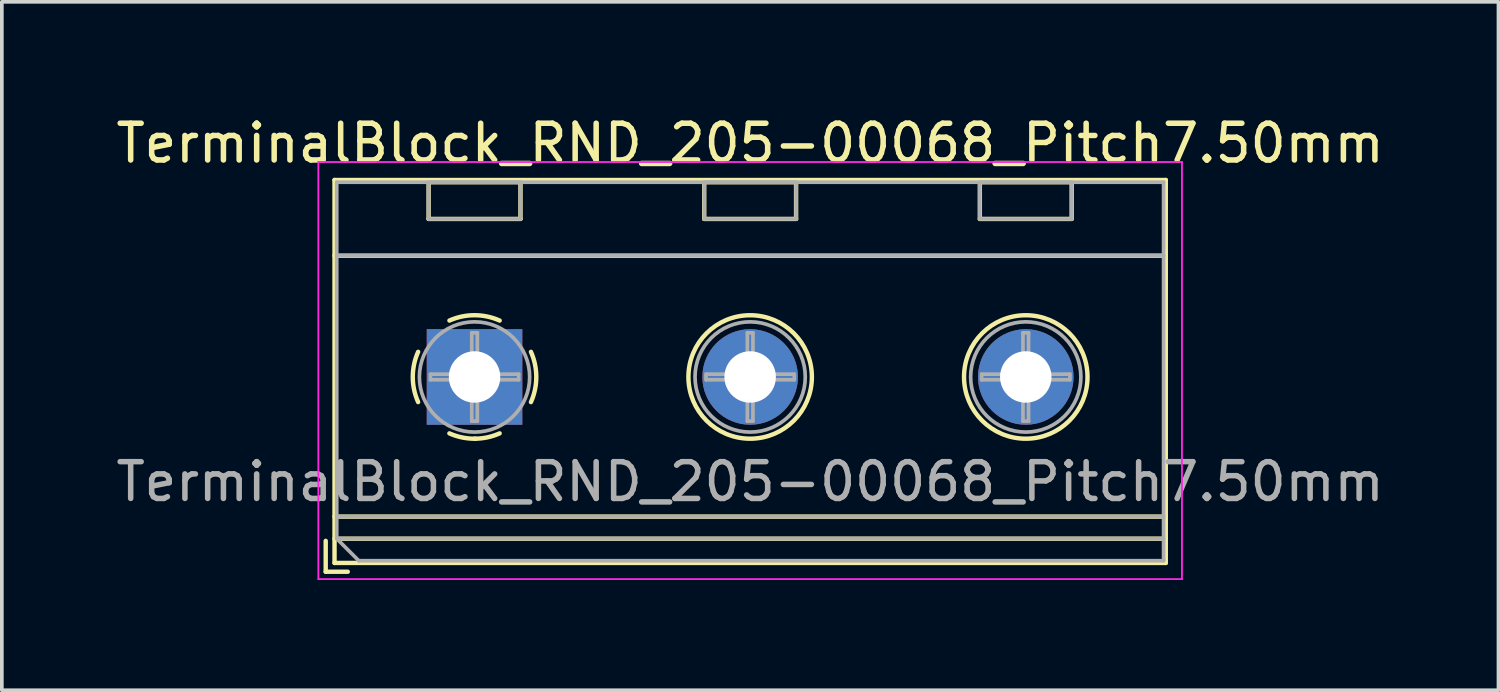
<source format=kicad_pcb>
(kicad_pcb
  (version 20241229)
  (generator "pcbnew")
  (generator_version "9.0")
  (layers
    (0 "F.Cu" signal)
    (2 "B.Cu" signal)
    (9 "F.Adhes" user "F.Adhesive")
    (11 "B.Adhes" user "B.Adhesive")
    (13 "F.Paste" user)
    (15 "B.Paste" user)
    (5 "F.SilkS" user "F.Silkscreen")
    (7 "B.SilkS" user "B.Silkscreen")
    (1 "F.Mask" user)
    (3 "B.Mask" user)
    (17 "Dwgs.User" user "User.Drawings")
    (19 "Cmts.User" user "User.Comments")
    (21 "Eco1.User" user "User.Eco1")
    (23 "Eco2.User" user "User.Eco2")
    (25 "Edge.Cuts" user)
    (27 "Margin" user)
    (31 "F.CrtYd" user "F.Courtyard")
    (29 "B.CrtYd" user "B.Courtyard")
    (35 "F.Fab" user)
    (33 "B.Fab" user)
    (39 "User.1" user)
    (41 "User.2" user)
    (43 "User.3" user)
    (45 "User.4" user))
  (footprint "TerminalBlock_RND_205-00068_Pitch7.50mm"
    (layer "F.Cu")
    (at 9.863 7.208)
    (property "Reference" "TerminalBlock_RND_205-00068_Pitch7.50mm" (at 7.5 -6.36 0) (layer "F.SilkS") (effects (font (size 1 1) (thickness 0.15))))
    (attr through_hole)
    (fp_line (start -4.05 4.46) (end -4.05 5.3) (stroke (width 0.12) (type solid)) (layer "F.SilkS"))
    (fp_line (start -4.05 5.3) (end -3.45 5.3) (stroke (width 0.12) (type solid)) (layer "F.SilkS"))
    (fp_line (start -3.81 -5.36) (end -3.81 5.06) (stroke (width 0.12) (type solid)) (layer "F.SilkS"))
    (fp_line (start -3.81 -3.3) (end 18.81 -3.3) (stroke (width 0.12) (type solid)) (layer "F.SilkS"))
    (fp_line (start -3.81 3.8) (end 18.81 3.8) (stroke (width 0.12) (type solid)) (layer "F.SilkS"))
    (fp_line (start -3.81 4.4) (end 18.81 4.4) (stroke (width 0.12) (type solid)) (layer "F.SilkS"))
    (fp_line (start -3.81 5.06) (end 18.81 5.06) (stroke (width 0.12) (type solid)) (layer "F.SilkS"))
    (fp_line (start -1.25 -5.301) (end -1.25 -4.301) (stroke (width 0.12) (type solid)) (layer "F.SilkS"))
    (fp_line (start -1.25 -5.301) (end 1.25 -5.301) (stroke (width 0.12) (type solid)) (layer "F.SilkS"))
    (fp_line (start -1.25 -4.301) (end 1.25 -4.301) (stroke (width 0.12) (type solid)) (layer "F.SilkS"))
    (fp_line (start 1.25 -5.301) (end 1.25 -4.301) (stroke (width 0.12) (type solid)) (layer "F.SilkS"))
    (fp_line (start 6.25 -5.301) (end 6.25 -4.301) (stroke (width 0.12) (type solid)) (layer "F.SilkS"))
    (fp_line (start 6.25 -5.301) (end 8.75 -5.301) (stroke (width 0.12) (type solid)) (layer "F.SilkS"))
    (fp_line (start 6.25 -4.301) (end 8.75 -4.301) (stroke (width 0.12) (type solid)) (layer "F.SilkS"))
    (fp_line (start 8.75 -5.301) (end 8.75 -4.301) (stroke (width 0.12) (type solid)) (layer "F.SilkS"))
    (fp_line (start 13.75 -5.301) (end 13.75 -4.301) (stroke (width 0.12) (type solid)) (layer "F.SilkS"))
    (fp_line (start 13.75 -5.301) (end 16.25 -5.301) (stroke (width 0.12) (type solid)) (layer "F.SilkS"))
    (fp_line (start 13.75 -4.301) (end 16.25 -4.301) (stroke (width 0.12) (type solid)) (layer "F.SilkS"))
    (fp_line (start 16.25 -5.301) (end 16.25 -4.301) (stroke (width 0.12) (type solid)) (layer "F.SilkS"))
    (fp_line (start 18.81 -5.36) (end -3.81 -5.36) (stroke (width 0.12) (type solid)) (layer "F.SilkS"))
    (fp_line (start 18.81 5.06) (end 18.81 -5.36) (stroke (width 0.12) (type solid)) (layer "F.SilkS"))
    (fp_arc (start -1.535427 0.683042) (mid -1.680501 -0.000524) (end -1.535 -0.684) (stroke (width 0.12) (type solid)) (layer "F.SilkS"))
    (fp_arc (start -0.683042 -1.535427) (mid 0.000524 -1.680501) (end 0.684 -1.535) (stroke (width 0.12) (type solid)) (layer "F.SilkS"))
    (fp_arc (start 0.028805 1.680253) (mid -0.335551 1.646659) (end -0.684 1.535) (stroke (width 0.12) (type solid)) (layer "F.SilkS"))
    (fp_arc (start 0.683318 1.534756) (mid 0.349292 1.643288) (end 0 1.68) (stroke (width 0.12) (type solid)) (layer "F.SilkS"))
    (fp_arc (start 1.535427 -0.683042) (mid 1.680501 0.000524) (end 1.535 0.684) (stroke (width 0.12) (type solid)) (layer "F.SilkS"))
    (fp_circle (center 7.5 0) (end 9.18 0) (stroke (width 0.12) (type solid)) (fill no) (layer "F.SilkS"))
    (fp_circle (center 15 0) (end 16.68 0) (stroke (width 0.12) (type solid)) (fill no) (layer "F.SilkS"))
    (fp_line (start -4.25 -5.85) (end -4.25 5.5) (stroke (width 0.05) (type solid)) (layer "F.CrtYd"))
    (fp_line (start -4.25 5.5) (end 19.25 5.5) (stroke (width 0.05) (type solid)) (layer "F.CrtYd"))
    (fp_line (start 19.25 -5.85) (end -4.25 -5.85) (stroke (width 0.05) (type solid)) (layer "F.CrtYd"))
    (fp_line (start 19.25 5.5) (end 19.25 -5.85) (stroke (width 0.05) (type solid)) (layer "F.CrtYd"))
    (fp_line (start -3.75 -5.3) (end 18.75 -5.3) (stroke (width 0.1) (type solid)) (layer "F.Fab"))
    (fp_line (start -3.75 -3.3) (end 18.75 -3.3) (stroke (width 0.1) (type solid)) (layer "F.Fab"))
    (fp_line (start -3.75 3.8) (end 18.75 3.8) (stroke (width 0.1) (type solid)) (layer "F.Fab"))
    (fp_line (start -3.75 4.4) (end -3.75 -5.3) (stroke (width 0.1) (type solid)) (layer "F.Fab"))
    (fp_line (start -3.75 4.4) (end 18.75 4.4) (stroke (width 0.1) (type solid)) (layer "F.Fab"))
    (fp_line (start -3.15 5) (end -3.75 4.4) (stroke (width 0.1) (type solid)) (layer "F.Fab"))
    (fp_line (start -1.25 -5.3) (end -1.25 -4.3) (stroke (width 0.1) (type solid)) (layer "F.Fab"))
    (fp_line (start -1.25 -4.3) (end 1.25 -4.3) (stroke (width 0.1) (type solid)) (layer "F.Fab"))
    (fp_line (start -1.201 -0.076) (end -0.076 -0.076) (stroke (width 0.1) (type solid)) (layer "F.Fab"))
    (fp_line (start -1.201 0.076) (end -1.201 -0.076) (stroke (width 0.1) (type solid)) (layer "F.Fab"))
    (fp_line (start -0.076 -1.201) (end 0.076 -1.201) (stroke (width 0.1) (type solid)) (layer "F.Fab"))
    (fp_line (start -0.076 -0.076) (end -0.076 -1.201) (stroke (width 0.1) (type solid)) (layer "F.Fab"))
    (fp_line (start -0.076 0.076) (end -1.201 0.076) (stroke (width 0.1) (type solid)) (layer "F.Fab"))
    (fp_line (start -0.076 1.201) (end -0.076 0.076) (stroke (width 0.1) (type solid)) (layer "F.Fab"))
    (fp_line (start 0.076 -1.201) (end 0.076 -0.076) (stroke (width 0.1) (type solid)) (layer "F.Fab"))
    (fp_line (start 0.076 -0.076) (end 1.201 -0.076) (stroke (width 0.1) (type solid)) (layer "F.Fab"))
    (fp_line (start 0.076 0.076) (end 0.076 1.201) (stroke (width 0.1) (type solid)) (layer "F.Fab"))
    (fp_line (start 0.076 1.201) (end -0.076 1.201) (stroke (width 0.1) (type solid)) (layer "F.Fab"))
    (fp_line (start 1.201 -0.076) (end 1.201 0.076) (stroke (width 0.1) (type solid)) (layer "F.Fab"))
    (fp_line (start 1.201 0.076) (end 0.076 0.076) (stroke (width 0.1) (type solid)) (layer "F.Fab"))
    (fp_line (start 1.25 -5.3) (end -1.25 -5.3) (stroke (width 0.1) (type solid)) (layer "F.Fab"))
    (fp_line (start 1.25 -4.3) (end 1.25 -5.3) (stroke (width 0.1) (type solid)) (layer "F.Fab"))
    (fp_line (start 6.25 -5.3) (end 6.25 -4.3) (stroke (width 0.1) (type solid)) (layer "F.Fab"))
    (fp_line (start 6.25 -4.3) (end 8.75 -4.3) (stroke (width 0.1) (type solid)) (layer "F.Fab"))
    (fp_line (start 6.299 -0.076) (end 7.424 -0.076) (stroke (width 0.1) (type solid)) (layer "F.Fab"))
    (fp_line (start 6.299 0.076) (end 6.299 -0.076) (stroke (width 0.1) (type solid)) (layer "F.Fab"))
    (fp_line (start 7.424 -1.201) (end 7.576 -1.201) (stroke (width 0.1) (type solid)) (layer "F.Fab"))
    (fp_line (start 7.424 -0.076) (end 7.424 -1.201) (stroke (width 0.1) (type solid)) (layer "F.Fab"))
    (fp_line (start 7.424 0.076) (end 6.299 0.076) (stroke (width 0.1) (type solid)) (layer "F.Fab"))
    (fp_line (start 7.424 1.201) (end 7.424 0.076) (stroke (width 0.1) (type solid)) (layer "F.Fab"))
    (fp_line (start 7.576 -1.201) (end 7.576 -0.076) (stroke (width 0.1) (type solid)) (layer "F.Fab"))
    (fp_line (start 7.576 -0.076) (end 8.701 -0.076) (stroke (width 0.1) (type solid)) (layer "F.Fab"))
    (fp_line (start 7.576 0.076) (end 7.576 1.201) (stroke (width 0.1) (type solid)) (layer "F.Fab"))
    (fp_line (start 7.576 1.201) (end 7.424 1.201) (stroke (width 0.1) (type solid)) (layer "F.Fab"))
    (fp_line (start 8.701 -0.076) (end 8.701 0.076) (stroke (width 0.1) (type solid)) (layer "F.Fab"))
    (fp_line (start 8.701 0.076) (end 7.576 0.076) (stroke (width 0.1) (type solid)) (layer "F.Fab"))
    (fp_line (start 8.75 -5.3) (end 6.25 -5.3) (stroke (width 0.1) (type solid)) (layer "F.Fab"))
    (fp_line (start 8.75 -4.3) (end 8.75 -5.3) (stroke (width 0.1) (type solid)) (layer "F.Fab"))
    (fp_line (start 13.75 -5.3) (end 13.75 -4.3) (stroke (width 0.1) (type solid)) (layer "F.Fab"))
    (fp_line (start 13.75 -4.3) (end 16.25 -4.3) (stroke (width 0.1) (type solid)) (layer "F.Fab"))
    (fp_line (start 13.799 -0.076) (end 14.924 -0.076) (stroke (width 0.1) (type solid)) (layer "F.Fab"))
    (fp_line (start 13.799 0.076) (end 13.799 -0.076) (stroke (width 0.1) (type solid)) (layer "F.Fab"))
    (fp_line (start 14.924 -1.201) (end 15.076 -1.201) (stroke (width 0.1) (type solid)) (layer "F.Fab"))
    (fp_line (start 14.924 -0.076) (end 14.924 -1.201) (stroke (width 0.1) (type solid)) (layer "F.Fab"))
    (fp_line (start 14.924 0.076) (end 13.799 0.076) (stroke (width 0.1) (type solid)) (layer "F.Fab"))
    (fp_line (start 14.924 1.201) (end 14.924 0.076) (stroke (width 0.1) (type solid)) (layer "F.Fab"))
    (fp_line (start 15.076 -1.201) (end 15.076 -0.076) (stroke (width 0.1) (type solid)) (layer "F.Fab"))
    (fp_line (start 15.076 -0.076) (end 16.201 -0.076) (stroke (width 0.1) (type solid)) (layer "F.Fab"))
    (fp_line (start 15.076 0.076) (end 15.076 1.201) (stroke (width 0.1) (type solid)) (layer "F.Fab"))
    (fp_line (start 15.076 1.201) (end 14.924 1.201) (stroke (width 0.1) (type solid)) (layer "F.Fab"))
    (fp_line (start 16.201 -0.076) (end 16.201 0.076) (stroke (width 0.1) (type solid)) (layer "F.Fab"))
    (fp_line (start 16.201 0.076) (end 15.076 0.076) (stroke (width 0.1) (type solid)) (layer "F.Fab"))
    (fp_line (start 16.25 -5.3) (end 13.75 -5.3) (stroke (width 0.1) (type solid)) (layer "F.Fab"))
    (fp_line (start 16.25 -4.3) (end 16.25 -5.3) (stroke (width 0.1) (type solid)) (layer "F.Fab"))
    (fp_line (start 18.75 -5.3) (end 18.75 5) (stroke (width 0.1) (type solid)) (layer "F.Fab"))
    (fp_line (start 18.75 5) (end -3.15 5) (stroke (width 0.1) (type solid)) (layer "F.Fab"))
    (fp_circle (center 0 0) (end 1.5 0) (stroke (width 0.1) (type solid)) (fill no) (layer "F.Fab"))
    (fp_circle (center 7.5 0) (end 9 0) (stroke (width 0.1) (type solid)) (fill no) (layer "F.Fab"))
    (fp_circle (center 15 0) (end 16.5 0) (stroke (width 0.1) (type solid)) (fill no) (layer "F.Fab"))
    (fp_text user "${REFERENCE}" (at 7.5 2.85 0) (layer "F.Fab") (effects (font (size 1 1) (thickness 0.15))))
    (pad "1" thru_hole rect (at 0 0) (size 2.6 2.6) (drill 1.4) (layers "*.Cu" "*.Mask"))
    (pad "2" thru_hole circle (at 7.5 0) (size 2.6 2.6) (drill 1.4) (layers "*.Cu" "*.Mask"))
    (pad "3" thru_hole circle (at 15 0) (size 2.6 2.6) (drill 1.4) (layers "*.Cu" "*.Mask")))
  (gr_rect
    (start -3 -3)
    (end 37.726 15.733)
    (stroke (width 0.1) (type default))
    (fill no)
    (layer "Edge.Cuts")))
</source>
